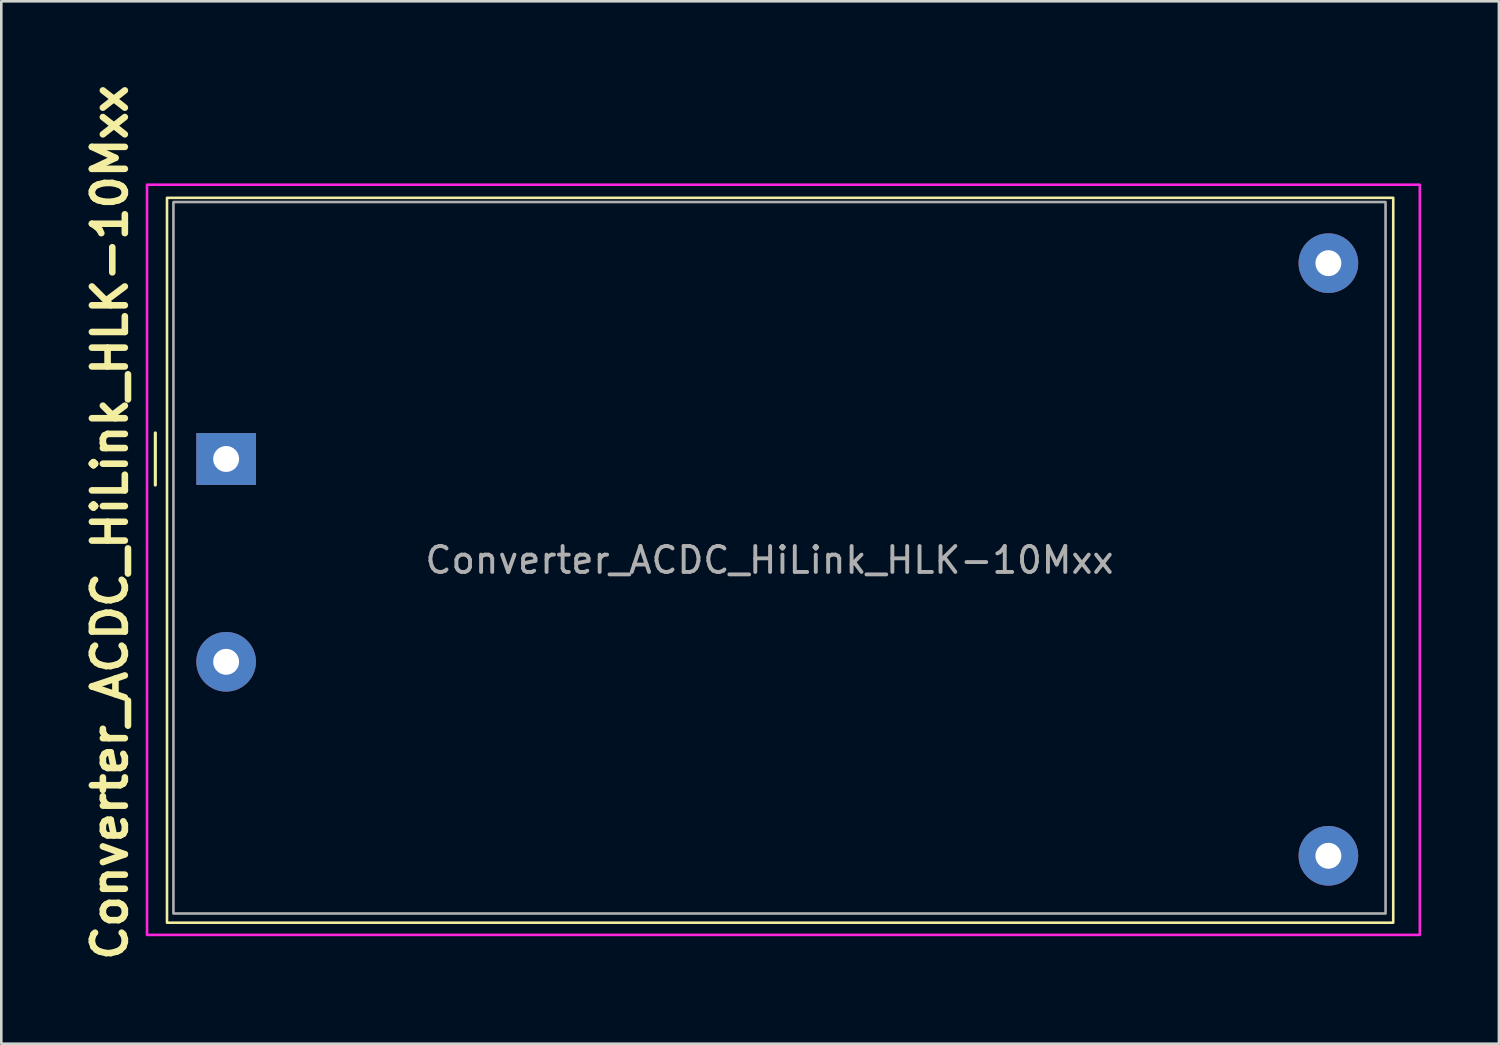
<source format=kicad_pcb>
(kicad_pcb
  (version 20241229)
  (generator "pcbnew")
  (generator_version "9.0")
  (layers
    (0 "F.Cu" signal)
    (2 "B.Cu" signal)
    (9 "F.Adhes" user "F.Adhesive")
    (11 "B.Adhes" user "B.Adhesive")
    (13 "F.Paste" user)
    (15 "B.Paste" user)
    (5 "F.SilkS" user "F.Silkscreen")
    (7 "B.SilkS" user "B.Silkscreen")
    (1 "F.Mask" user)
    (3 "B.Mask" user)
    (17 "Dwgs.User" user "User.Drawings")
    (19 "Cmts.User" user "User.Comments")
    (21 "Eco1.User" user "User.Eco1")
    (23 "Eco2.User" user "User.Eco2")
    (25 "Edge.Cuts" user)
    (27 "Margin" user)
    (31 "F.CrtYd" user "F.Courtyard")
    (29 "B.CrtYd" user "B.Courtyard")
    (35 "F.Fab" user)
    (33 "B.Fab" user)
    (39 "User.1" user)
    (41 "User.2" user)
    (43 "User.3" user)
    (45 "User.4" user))
  (footprint "Converter_ACDC_HiLink_HLK-10Mxx"
    (layer "F.Cu")
    (at 5.669 14.647)
    (property "Reference" "Converter_ACDC_HiLink_HLK-10Mxx" (at -4.48 2.45 90) (layer "F.SilkS") (effects (font (size 1.27 1.27) (thickness 0.254))))
    (attr through_hole)
    (fp_line (start -2.73 -1.005) (end -2.73 1.005) (stroke (width 0.12) (type solid)) (layer "F.SilkS"))
    (fp_rect (start -2.28 -10.07) (end 45 17.88) (stroke (width 0.1) (type default)) (fill no) (layer "F.SilkS"))
    (fp_rect (start -3.05 -10.575) (end 46.025 18.35) (stroke (width 0.1) (type default)) (fill no) (layer "F.CrtYd"))
    (fp_rect (start -2.032 -9.906) (end 44.704 17.526) (stroke (width 0.1) (type default)) (fill no) (layer "F.Fab"))
    (fp_text user "${REFERENCE}" (at 20.95 3.9 0) (layer "F.Fab") (effects (font (size 1 1) (thickness 0.15))))
    (pad "1" thru_hole rect (at 0 0) (size 2.3 2) (drill 1) (layers "*.Cu" "*.Mask"))
    (pad "2" thru_hole circle (at 0 7.82) (size 2.3 2.3) (drill 1) (layers "*.Cu" "*.Mask"))
    (pad "3" thru_hole circle (at 42.5 -7.55) (size 2.3 2.3) (drill 1) (layers "*.Cu" "*.Mask"))
    (pad "4" thru_hole circle (at 42.5 15.3) (size 2.3 2.3) (drill 1) (layers "*.Cu" "*.Mask")))
  (gr_rect
    (start -3 -3)
    (end 54.744 37.193)
    (stroke (width 0.1) (type default))
    (fill no)
    (layer "Edge.Cuts")))
</source>
